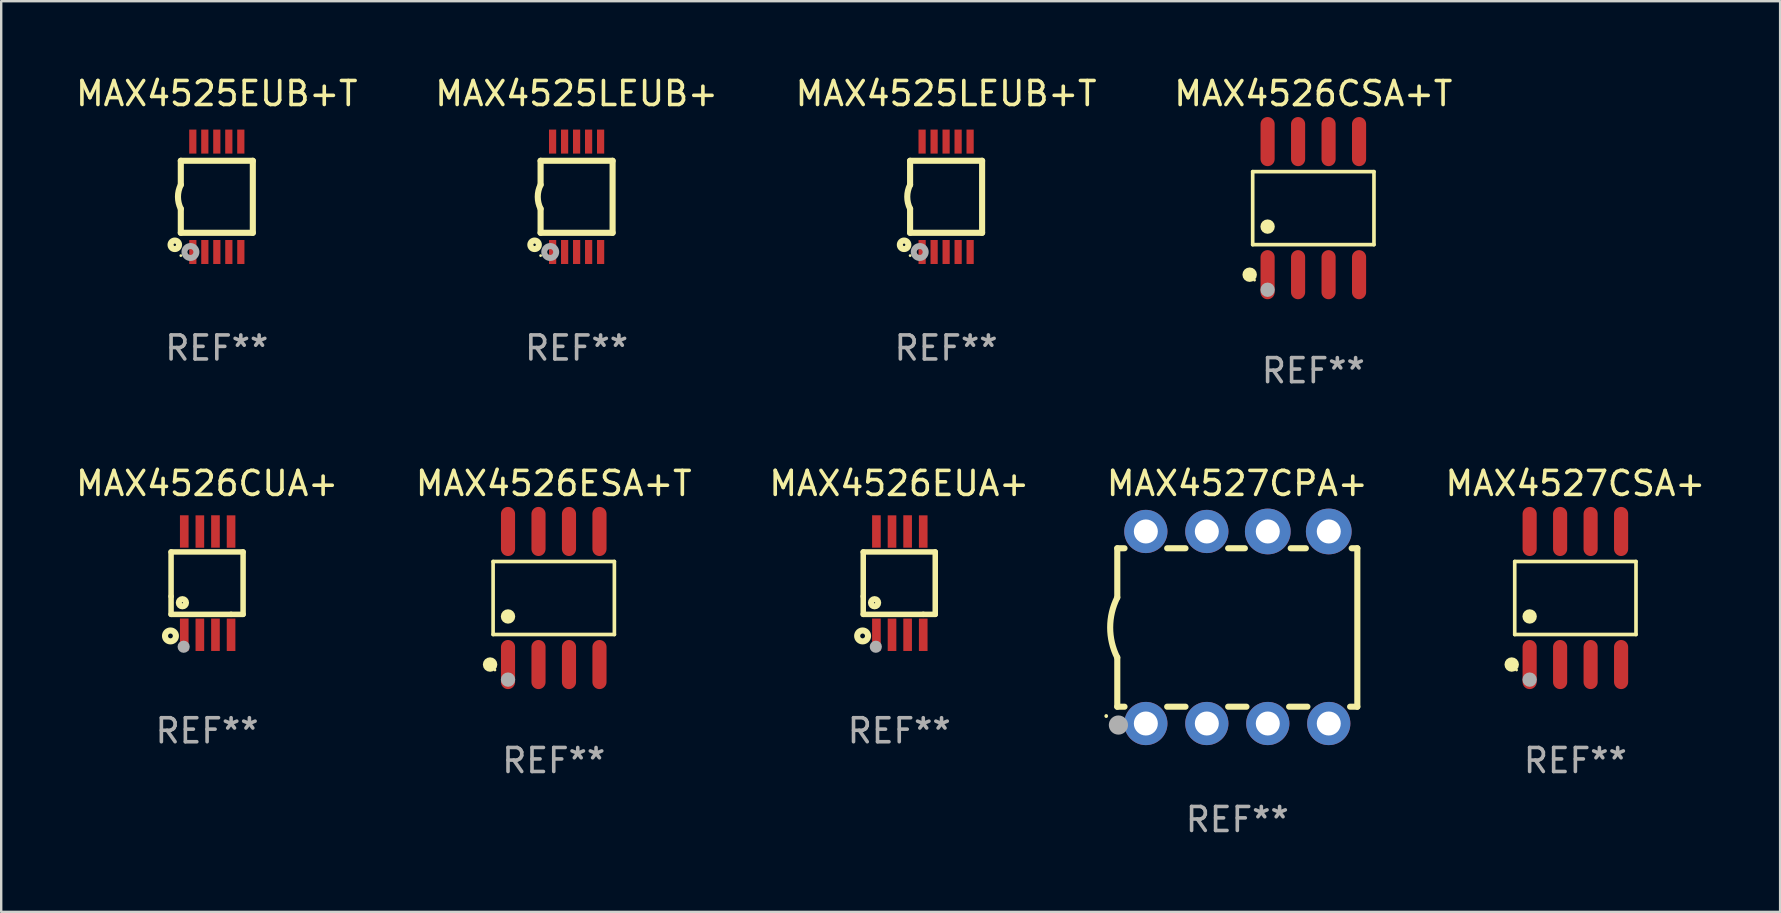
<source format=kicad_pcb>
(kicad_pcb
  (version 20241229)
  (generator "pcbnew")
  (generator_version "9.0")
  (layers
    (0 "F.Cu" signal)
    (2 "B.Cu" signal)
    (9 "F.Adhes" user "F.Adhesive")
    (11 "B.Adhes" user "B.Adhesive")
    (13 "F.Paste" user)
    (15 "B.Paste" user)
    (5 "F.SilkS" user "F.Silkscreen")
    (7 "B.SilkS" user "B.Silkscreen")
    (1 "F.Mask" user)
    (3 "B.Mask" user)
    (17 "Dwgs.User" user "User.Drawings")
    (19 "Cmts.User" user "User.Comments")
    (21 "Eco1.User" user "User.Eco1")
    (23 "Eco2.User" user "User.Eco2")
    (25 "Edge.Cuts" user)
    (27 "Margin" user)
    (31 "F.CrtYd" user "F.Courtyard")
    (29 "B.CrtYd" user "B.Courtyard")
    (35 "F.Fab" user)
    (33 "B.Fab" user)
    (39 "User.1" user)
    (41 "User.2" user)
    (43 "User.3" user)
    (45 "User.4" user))
  (footprint "MAX4525LEUB+T"
    (layer "F.Cu")
    (at 36.363 5.148)
    (property "Reference" "MAX4525LEUB+T" (at 0 -4.3 0) (layer "F.SilkS") (effects (font (size 1 1) (thickness 0.15))))
    (attr through_hole)
    (fp_line (start -1.5 -1.5) (end -1.5 -0.5) (stroke (width 0.254) (type solid)) (layer "F.SilkS"))
    (fp_line (start -1.5 1.5) (end -1.5 0.5) (stroke (width 0.254) (type solid)) (layer "F.SilkS"))
    (fp_line (start -1.5 1.5) (end 1.5 1.5) (stroke (width 0.254) (type solid)) (layer "F.SilkS"))
    (fp_line (start 1.5 1.5) (end 1.5 -1.5) (stroke (width 0.254) (type solid)) (layer "F.SilkS"))
    (fp_line (start 1.5 -1.5) (end -1.5 -1.5) (stroke (width 0.254) (type solid)) (layer "F.SilkS"))
    (fp_arc (start -1.500165 0.5) (mid -1.618199 0) (end -1.500165 -0.5) (stroke (width 0.254001) (type solid)) (layer "F.SilkS"))
    (fp_circle (center -1.75 2) (end -1.573 2) (stroke (width 0.254) (type solid)) (fill no) (layer "F.SilkS"))
    (fp_circle (center -1.499 2.45) (end -1.469 2.45) (stroke (width 0.06) (type solid)) (fill no) (layer "F.SilkS"))
    (fp_circle (center -1.099 2.3) (end -0.975 2.3) (stroke (width 0.25) (type solid)) (fill no) (layer "F.Fab"))
    (fp_text user "REF**" (at 0 6.3 0) (layer "F.Fab") (effects (font (size 1 1) (thickness 0.15))))
    (pad "1" smd rect (at -0.999 2.3 180) (size 0.3 1) (layers "F.Cu" "F.Mask" "F.Paste"))
    (pad "2" smd rect (at -0.499 2.3 180) (size 0.3 1) (layers "F.Cu" "F.Mask" "F.Paste"))
    (pad "3" smd rect (at 0.001 2.3 180) (size 0.3 1) (layers "F.Cu" "F.Mask" "F.Paste"))
    (pad "4" smd rect (at 0.501 2.3 180) (size 0.3 1) (layers "F.Cu" "F.Mask" "F.Paste"))
    (pad "5" smd rect (at 1.001 2.3 180) (size 0.3 1) (layers "F.Cu" "F.Mask" "F.Paste"))
    (pad "6" smd rect (at 1 -2.3 180) (size 0.3 1) (layers "F.Cu" "F.Mask" "F.Paste"))
    (pad "7" smd rect (at 0.5 -2.3 180) (size 0.3 1) (layers "F.Cu" "F.Mask" "F.Paste"))
    (pad "8" smd rect (at -0.000165 -2.3 180) (size 0.3 1) (layers "F.Cu" "F.Mask" "F.Paste"))
    (pad "9" smd rect (at -0.5 -2.3 180) (size 0.3 1) (layers "F.Cu" "F.Mask" "F.Paste"))
    (pad "10" smd rect (at -1 -2.3 180) (size 0.3 1) (layers "F.Cu" "F.Mask" "F.Paste")))
  (footprint "MAX4526CUA+"
    (layer "F.Cu")
    (at 5.577 21.242)
    (property "Reference" "MAX4526CUA+" (at 0 -4.152 0) (layer "F.SilkS") (effects (font (size 1 1) (thickness 0.15))))
    (attr through_hole)
    (fp_line (start -1.5 1.301) (end 1 1.301) (stroke (width 0.229) (type solid)) (layer "F.SilkS"))
    (fp_line (start -1.5 -1.299) (end -1.5 0.551) (stroke (width 0.229) (type solid)) (layer "F.SilkS"))
    (fp_line (start -1.5 0.551) (end -1.5 1.301) (stroke (width 0.229) (type solid)) (layer "F.SilkS"))
    (fp_line (start 1 1.301) (end 1.5 1.301) (stroke (width 0.229) (type solid)) (layer "F.SilkS"))
    (fp_line (start 1.5 1.301) (end 1.5 -1.299) (stroke (width 0.229) (type solid)) (layer "F.SilkS"))
    (fp_line (start 1.5 -1.299) (end -1.5 -1.299) (stroke (width 0.229) (type solid)) (layer "F.SilkS"))
    (fp_circle (center -1.526 2.2) (end -1.426 2.2) (stroke (width 0.254) (type solid)) (fill no) (layer "F.SilkS"))
    (fp_circle (center -1.476 2.45) (end -1.446 2.45) (stroke (width 0.06) (type solid)) (fill no) (layer "F.SilkS"))
    (fp_circle (center -1.028 0.817) (end -0.878 0.817) (stroke (width 0.254) (type solid)) (fill no) (layer "F.SilkS"))
    (fp_circle (center -0.976 2.65) (end -0.849 2.65) (stroke (width 0.254) (type solid)) (fill no) (layer "F.Fab"))
    (fp_text user "REF**" (at 0 6.152 0) (layer "F.Fab") (effects (font (size 1 1) (thickness 0.15))))
    (pad "1" smd rect (at -0.951 2.15) (size 0.36 1.35) (layers "F.Cu" "F.Mask" "F.Paste"))
    (pad "2" smd rect (at -0.301 2.152) (size 0.36 1.35) (layers "F.Cu" "F.Mask" "F.Paste"))
    (pad "3" smd rect (at 0.349 2.151) (size 0.36 1.35) (layers "F.Cu" "F.Mask" "F.Paste"))
    (pad "4" smd rect (at 0.999 2.152) (size 0.36 1.35) (layers "F.Cu" "F.Mask" "F.Paste"))
    (pad "5" smd rect (at 0.999 -2.149) (size 0.36 1.35) (layers "F.Cu" "F.Mask" "F.Paste"))
    (pad "6" smd rect (at 0.349 -2.152) (size 0.36 1.35) (layers "F.Cu" "F.Mask" "F.Paste"))
    (pad "7" smd rect (at -0.301 -2.149) (size 0.36 1.35) (layers "F.Cu" "F.Mask" "F.Paste"))
    (pad "8" smd rect (at -0.951 -2.152) (size 0.36 1.35) (layers "F.Cu" "F.Mask" "F.Paste")))
  (footprint "MAX4527CPA+"
    (layer "F.Cu")
    (at 48.494 23.09)
    (property "Reference" "MAX4527CPA+" (at 0 -6 0) (layer "F.SilkS") (effects (font (size 1 1) (thickness 0.15))))
    (attr through_hole)
    (fp_line (start -5 -3.3) (end -5 -1.25) (stroke (width 0.254) (type solid)) (layer "F.SilkS"))
    (fp_line (start -5 -3.3) (end -4.698 -3.3) (stroke (width 0.254) (type solid)) (layer "F.SilkS"))
    (fp_line (start -5 3.3) (end -5 1.25) (stroke (width 0.254) (type solid)) (layer "F.SilkS"))
    (fp_line (start -5 3.3) (end -4.698 3.3) (stroke (width 0.254) (type solid)) (layer "F.SilkS"))
    (fp_line (start -2.922 -3.3) (end -2.158 -3.3) (stroke (width 0.254) (type solid)) (layer "F.SilkS"))
    (fp_line (start -2.922 3.3) (end -2.158 3.3) (stroke (width 0.254) (type solid)) (layer "F.SilkS"))
    (fp_line (start -0.382 -3.3) (end 0.316 -3.3) (stroke (width 0.254) (type solid)) (layer "F.SilkS"))
    (fp_line (start -0.382 3.3) (end 0.382 3.3) (stroke (width 0.254) (type solid)) (layer "F.SilkS"))
    (fp_line (start 2.158 3.3) (end 2.922 3.3) (stroke (width 0.254) (type solid)) (layer "F.SilkS"))
    (fp_line (start 2.224 -3.3) (end 2.856 -3.3) (stroke (width 0.254) (type solid)) (layer "F.SilkS"))
    (fp_line (start 4.698 3.3) (end 5 3.3) (stroke (width 0.254) (type solid)) (layer "F.SilkS"))
    (fp_line (start 4.764 -3.3) (end 5 -3.3) (stroke (width 0.254) (type solid)) (layer "F.SilkS"))
    (fp_line (start 5 -3.3) (end 5 3.3) (stroke (width 0.254) (type solid)) (layer "F.SilkS"))
    (fp_arc (start -5.46124 3.694259) (mid -5.461175 3.688632) (end -5.460986 3.683007) (stroke (width 0.149987) (type solid)) (layer "F.SilkS"))
    (fp_arc (start -5.00127 1.249682) (mid -5.295892 -0.000313) (end -5.000025 -1.250013) (stroke (width 0.254001) (type solid)) (layer "F.SilkS"))
    (fp_circle (center -4.795 4.237) (end -4.765 4.237) (stroke (width 0.06) (type solid)) (fill no) (layer "F.SilkS"))
    (fp_circle (center -4.953 4.064) (end -4.753 4.064) (stroke (width 0.4) (type solid)) (fill no) (layer "F.Fab"))
    (fp_text user "REF**" (at 0 8 0) (layer "F.Fab") (effects (font (size 1 1) (thickness 0.15))))
    (pad "1" thru_hole circle (at -3.81 4) (size 1.8 1.8) (drill 1) (layers "*.Cu" "*.Mask"))
    (pad "2" thru_hole circle (at -1.27 4) (size 1.8 1.8) (drill 1) (layers "*.Cu" "*.Mask"))
    (pad "3" thru_hole circle (at 1.27 4) (size 1.8 1.8) (drill 1) (layers "*.Cu" "*.Mask"))
    (pad "4" thru_hole circle (at 3.81 4) (size 1.8 1.8) (drill 1) (layers "*.Cu" "*.Mask"))
    (pad "5" thru_hole circle (at 3.81 -4) (size 1.905 1.905) (drill 1) (layers "*.Cu" "*.Mask"))
    (pad "6" thru_hole circle (at 1.27 -4) (size 1.905 1.905) (drill 1) (layers "*.Cu" "*.Mask"))
    (pad "7" thru_hole circle (at -1.27 -4) (size 1.8 1.8) (drill 1) (layers "*.Cu" "*.Mask"))
    (pad "8" thru_hole circle (at -3.81 -4) (size 1.8 1.8) (drill 1) (layers "*.Cu" "*.Mask")))
  (footprint "MAX4526ESA+T"
    (layer "F.Cu")
    (at 20.018 21.862)
    (property "Reference" "MAX4526ESA+T" (at 0 -4.772 0) (layer "F.SilkS") (effects (font (size 1 1) (thickness 0.15))))
    (attr through_hole)
    (fp_line (start -2.526 -1.521) (end 2.526 -1.521) (stroke (width 0.152) (type solid)) (layer "F.SilkS"))
    (fp_line (start -2.526 1.521) (end -2.526 -1.521) (stroke (width 0.152) (type solid)) (layer "F.SilkS"))
    (fp_line (start 2.526 -1.521) (end 2.526 1.521) (stroke (width 0.152) (type solid)) (layer "F.SilkS"))
    (fp_line (start 2.526 1.521) (end -2.526 1.521) (stroke (width 0.152) (type solid)) (layer "F.SilkS"))
    (fp_circle (center -2.652 2.772) (end -2.501 2.772) (stroke (width 0.3) (type solid)) (fill no) (layer "F.SilkS"))
    (fp_circle (center -2.45 3) (end -2.42 3) (stroke (width 0.06) (type solid)) (fill no) (layer "F.SilkS"))
    (fp_circle (center -1.905 0.769) (end -1.755 0.769) (stroke (width 0.3) (type solid)) (fill no) (layer "F.SilkS"))
    (fp_circle (center -1.905 3.4) (end -1.755 3.4) (stroke (width 0.3) (type solid)) (fill no) (layer "F.Fab"))
    (fp_text user "REF**" (at 0 6.772 0) (layer "F.Fab") (effects (font (size 1 1) (thickness 0.15))))
    (pad "1" smd oval (at -1.905 2.772) (size 0.588 2.045) (layers "F.Cu" "F.Mask" "F.Paste"))
    (pad "2" smd oval (at -0.635 2.772) (size 0.588 2.045) (layers "F.Cu" "F.Mask" "F.Paste"))
    (pad "3" smd oval (at 0.635 2.772) (size 0.588 2.045) (layers "F.Cu" "F.Mask" "F.Paste"))
    (pad "4" smd oval (at 1.905 2.772) (size 0.588 2.045) (layers "F.Cu" "F.Mask" "F.Paste"))
    (pad "5" smd oval (at 1.905 -2.772) (size 0.588 2.045) (layers "F.Cu" "F.Mask" "F.Paste"))
    (pad "6" smd oval (at 0.635 -2.772) (size 0.588 2.045) (layers "F.Cu" "F.Mask" "F.Paste"))
    (pad "7" smd oval (at -0.635 -2.772) (size 0.588 2.045) (layers "F.Cu" "F.Mask" "F.Paste"))
    (pad "8" smd oval (at -1.905 -2.772) (size 0.588 2.045) (layers "F.Cu" "F.Mask" "F.Paste")))
  (footprint "MAX4525EUB+T"
    (layer "F.Cu")
    (at 5.982 5.148)
    (property "Reference" "MAX4525EUB+T" (at 0 -4.3 0) (layer "F.SilkS") (effects (font (size 1 1) (thickness 0.15))))
    (attr through_hole)
    (fp_line (start -1.5 -1.5) (end -1.5 -0.5) (stroke (width 0.254) (type solid)) (layer "F.SilkS"))
    (fp_line (start -1.5 1.5) (end -1.5 0.5) (stroke (width 0.254) (type solid)) (layer "F.SilkS"))
    (fp_line (start -1.5 1.5) (end 1.5 1.5) (stroke (width 0.254) (type solid)) (layer "F.SilkS"))
    (fp_line (start 1.5 1.5) (end 1.5 -1.5) (stroke (width 0.254) (type solid)) (layer "F.SilkS"))
    (fp_line (start 1.5 -1.5) (end -1.5 -1.5) (stroke (width 0.254) (type solid)) (layer "F.SilkS"))
    (fp_arc (start -1.500165 0.5) (mid -1.618199 0) (end -1.500165 -0.5) (stroke (width 0.254001) (type solid)) (layer "F.SilkS"))
    (fp_circle (center -1.75 2) (end -1.573 2) (stroke (width 0.254) (type solid)) (fill no) (layer "F.SilkS"))
    (fp_circle (center -1.499 2.45) (end -1.469 2.45) (stroke (width 0.06) (type solid)) (fill no) (layer "F.SilkS"))
    (fp_circle (center -1.099 2.3) (end -0.975 2.3) (stroke (width 0.25) (type solid)) (fill no) (layer "F.Fab"))
    (fp_text user "REF**" (at 0 6.3 0) (layer "F.Fab") (effects (font (size 1 1) (thickness 0.15))))
    (pad "1" smd rect (at -0.999 2.3 180) (size 0.3 1) (layers "F.Cu" "F.Mask" "F.Paste"))
    (pad "2" smd rect (at -0.499 2.3 180) (size 0.3 1) (layers "F.Cu" "F.Mask" "F.Paste"))
    (pad "3" smd rect (at 0.001 2.3 180) (size 0.3 1) (layers "F.Cu" "F.Mask" "F.Paste"))
    (pad "4" smd rect (at 0.501 2.3 180) (size 0.3 1) (layers "F.Cu" "F.Mask" "F.Paste"))
    (pad "5" smd rect (at 1.001 2.3 180) (size 0.3 1) (layers "F.Cu" "F.Mask" "F.Paste"))
    (pad "6" smd rect (at 1 -2.3 180) (size 0.3 1) (layers "F.Cu" "F.Mask" "F.Paste"))
    (pad "7" smd rect (at 0.5 -2.3 180) (size 0.3 1) (layers "F.Cu" "F.Mask" "F.Paste"))
    (pad "8" smd rect (at -0.000165 -2.3 180) (size 0.3 1) (layers "F.Cu" "F.Mask" "F.Paste"))
    (pad "9" smd rect (at -0.5 -2.3 180) (size 0.3 1) (layers "F.Cu" "F.Mask" "F.Paste"))
    (pad "10" smd rect (at -1 -2.3 180) (size 0.3 1) (layers "F.Cu" "F.Mask" "F.Paste")))
  (footprint "MAX4526CSA+T"
    (layer "F.Cu")
    (at 51.661 5.621)
    (property "Reference" "MAX4526CSA+T" (at 0 -4.772 0) (layer "F.SilkS") (effects (font (size 1 1) (thickness 0.15))))
    (attr through_hole)
    (fp_line (start -2.526 -1.521) (end 2.526 -1.521) (stroke (width 0.152) (type solid)) (layer "F.SilkS"))
    (fp_line (start -2.526 1.521) (end -2.526 -1.521) (stroke (width 0.152) (type solid)) (layer "F.SilkS"))
    (fp_line (start 2.526 -1.521) (end 2.526 1.521) (stroke (width 0.152) (type solid)) (layer "F.SilkS"))
    (fp_line (start 2.526 1.521) (end -2.526 1.521) (stroke (width 0.152) (type solid)) (layer "F.SilkS"))
    (fp_circle (center -2.652 2.772) (end -2.501 2.772) (stroke (width 0.3) (type solid)) (fill no) (layer "F.SilkS"))
    (fp_circle (center -2.45 3) (end -2.42 3) (stroke (width 0.06) (type solid)) (fill no) (layer "F.SilkS"))
    (fp_circle (center -1.905 0.769) (end -1.755 0.769) (stroke (width 0.3) (type solid)) (fill no) (layer "F.SilkS"))
    (fp_circle (center -1.905 3.4) (end -1.755 3.4) (stroke (width 0.3) (type solid)) (fill no) (layer "F.Fab"))
    (fp_text user "REF**" (at 0 6.772 0) (layer "F.Fab") (effects (font (size 1 1) (thickness 0.15))))
    (pad "1" smd oval (at -1.905 2.772) (size 0.588 2.045) (layers "F.Cu" "F.Mask" "F.Paste"))
    (pad "2" smd oval (at -0.635 2.772) (size 0.588 2.045) (layers "F.Cu" "F.Mask" "F.Paste"))
    (pad "3" smd oval (at 0.635 2.772) (size 0.588 2.045) (layers "F.Cu" "F.Mask" "F.Paste"))
    (pad "4" smd oval (at 1.905 2.772) (size 0.588 2.045) (layers "F.Cu" "F.Mask" "F.Paste"))
    (pad "5" smd oval (at 1.905 -2.772) (size 0.588 2.045) (layers "F.Cu" "F.Mask" "F.Paste"))
    (pad "6" smd oval (at 0.635 -2.772) (size 0.588 2.045) (layers "F.Cu" "F.Mask" "F.Paste"))
    (pad "7" smd oval (at -0.635 -2.772) (size 0.588 2.045) (layers "F.Cu" "F.Mask" "F.Paste"))
    (pad "8" smd oval (at -1.905 -2.772) (size 0.588 2.045) (layers "F.Cu" "F.Mask" "F.Paste")))
  (footprint "MAX4525LEUB+"
    (layer "F.Cu")
    (at 20.97 5.148)
    (property "Reference" "MAX4525LEUB+" (at 0 -4.3 0) (layer "F.SilkS") (effects (font (size 1 1) (thickness 0.15))))
    (attr through_hole)
    (fp_line (start -1.5 -1.5) (end -1.5 -0.5) (stroke (width 0.254) (type solid)) (layer "F.SilkS"))
    (fp_line (start -1.5 1.5) (end -1.5 0.5) (stroke (width 0.254) (type solid)) (layer "F.SilkS"))
    (fp_line (start -1.5 1.5) (end 1.5 1.5) (stroke (width 0.254) (type solid)) (layer "F.SilkS"))
    (fp_line (start 1.5 1.5) (end 1.5 -1.5) (stroke (width 0.254) (type solid)) (layer "F.SilkS"))
    (fp_line (start 1.5 -1.5) (end -1.5 -1.5) (stroke (width 0.254) (type solid)) (layer "F.SilkS"))
    (fp_arc (start -1.500165 0.5) (mid -1.618199 0) (end -1.500165 -0.5) (stroke (width 0.254001) (type solid)) (layer "F.SilkS"))
    (fp_circle (center -1.75 2) (end -1.573 2) (stroke (width 0.254) (type solid)) (fill no) (layer "F.SilkS"))
    (fp_circle (center -1.499 2.45) (end -1.469 2.45) (stroke (width 0.06) (type solid)) (fill no) (layer "F.SilkS"))
    (fp_circle (center -1.099 2.3) (end -0.975 2.3) (stroke (width 0.25) (type solid)) (fill no) (layer "F.Fab"))
    (fp_text user "REF**" (at 0 6.3 0) (layer "F.Fab") (effects (font (size 1 1) (thickness 0.15))))
    (pad "1" smd rect (at -0.999 2.3 180) (size 0.3 1) (layers "F.Cu" "F.Mask" "F.Paste"))
    (pad "2" smd rect (at -0.499 2.3 180) (size 0.3 1) (layers "F.Cu" "F.Mask" "F.Paste"))
    (pad "3" smd rect (at 0.001 2.3 180) (size 0.3 1) (layers "F.Cu" "F.Mask" "F.Paste"))
    (pad "4" smd rect (at 0.501 2.3 180) (size 0.3 1) (layers "F.Cu" "F.Mask" "F.Paste"))
    (pad "5" smd rect (at 1.001 2.3 180) (size 0.3 1) (layers "F.Cu" "F.Mask" "F.Paste"))
    (pad "6" smd rect (at 1 -2.3 180) (size 0.3 1) (layers "F.Cu" "F.Mask" "F.Paste"))
    (pad "7" smd rect (at 0.5 -2.3 180) (size 0.3 1) (layers "F.Cu" "F.Mask" "F.Paste"))
    (pad "8" smd rect (at -0.000165 -2.3 180) (size 0.3 1) (layers "F.Cu" "F.Mask" "F.Paste"))
    (pad "9" smd rect (at -0.5 -2.3 180) (size 0.3 1) (layers "F.Cu" "F.Mask" "F.Paste"))
    (pad "10" smd rect (at -1 -2.3 180) (size 0.3 1) (layers "F.Cu" "F.Mask" "F.Paste")))
  (footprint "MAX4527CSA+"
    (layer "F.Cu")
    (at 62.577 21.862)
    (property "Reference" "MAX4527CSA+" (at 0 -4.772 0) (layer "F.SilkS") (effects (font (size 1 1) (thickness 0.15))))
    (attr through_hole)
    (fp_line (start -2.526 -1.521) (end 2.526 -1.521) (stroke (width 0.152) (type solid)) (layer "F.SilkS"))
    (fp_line (start -2.526 1.521) (end -2.526 -1.521) (stroke (width 0.152) (type solid)) (layer "F.SilkS"))
    (fp_line (start 2.526 -1.521) (end 2.526 1.521) (stroke (width 0.152) (type solid)) (layer "F.SilkS"))
    (fp_line (start 2.526 1.521) (end -2.526 1.521) (stroke (width 0.152) (type solid)) (layer "F.SilkS"))
    (fp_circle (center -2.652 2.772) (end -2.501 2.772) (stroke (width 0.3) (type solid)) (fill no) (layer "F.SilkS"))
    (fp_circle (center -2.45 3) (end -2.42 3) (stroke (width 0.06) (type solid)) (fill no) (layer "F.SilkS"))
    (fp_circle (center -1.905 0.769) (end -1.755 0.769) (stroke (width 0.3) (type solid)) (fill no) (layer "F.SilkS"))
    (fp_circle (center -1.905 3.4) (end -1.755 3.4) (stroke (width 0.3) (type solid)) (fill no) (layer "F.Fab"))
    (fp_text user "REF**" (at 0 6.772 0) (layer "F.Fab") (effects (font (size 1 1) (thickness 0.15))))
    (pad "1" smd oval (at -1.905 2.772) (size 0.588 2.045) (layers "F.Cu" "F.Mask" "F.Paste"))
    (pad "2" smd oval (at -0.635 2.772) (size 0.588 2.045) (layers "F.Cu" "F.Mask" "F.Paste"))
    (pad "3" smd oval (at 0.635 2.772) (size 0.588 2.045) (layers "F.Cu" "F.Mask" "F.Paste"))
    (pad "4" smd oval (at 1.905 2.772) (size 0.588 2.045) (layers "F.Cu" "F.Mask" "F.Paste"))
    (pad "5" smd oval (at 1.905 -2.772) (size 0.588 2.045) (layers "F.Cu" "F.Mask" "F.Paste"))
    (pad "6" smd oval (at 0.635 -2.772) (size 0.588 2.045) (layers "F.Cu" "F.Mask" "F.Paste"))
    (pad "7" smd oval (at -0.635 -2.772) (size 0.588 2.045) (layers "F.Cu" "F.Mask" "F.Paste"))
    (pad "8" smd oval (at -1.905 -2.772) (size 0.588 2.045) (layers "F.Cu" "F.Mask" "F.Paste")))
  (footprint "MAX4526EUA+"
    (layer "F.Cu")
    (at 34.411 21.242)
    (property "Reference" "MAX4526EUA+" (at 0 -4.152 0) (layer "F.SilkS") (effects (font (size 1 1) (thickness 0.15))))
    (attr through_hole)
    (fp_line (start -1.5 1.301) (end 1 1.301) (stroke (width 0.229) (type solid)) (layer "F.SilkS"))
    (fp_line (start -1.5 -1.299) (end -1.5 0.551) (stroke (width 0.229) (type solid)) (layer "F.SilkS"))
    (fp_line (start -1.5 0.551) (end -1.5 1.301) (stroke (width 0.229) (type solid)) (layer "F.SilkS"))
    (fp_line (start 1 1.301) (end 1.5 1.301) (stroke (width 0.229) (type solid)) (layer "F.SilkS"))
    (fp_line (start 1.5 1.301) (end 1.5 -1.299) (stroke (width 0.229) (type solid)) (layer "F.SilkS"))
    (fp_line (start 1.5 -1.299) (end -1.5 -1.299) (stroke (width 0.229) (type solid)) (layer "F.SilkS"))
    (fp_circle (center -1.526 2.2) (end -1.426 2.2) (stroke (width 0.254) (type solid)) (fill no) (layer "F.SilkS"))
    (fp_circle (center -1.476 2.45) (end -1.446 2.45) (stroke (width 0.06) (type solid)) (fill no) (layer "F.SilkS"))
    (fp_circle (center -1.028 0.817) (end -0.878 0.817) (stroke (width 0.254) (type solid)) (fill no) (layer "F.SilkS"))
    (fp_circle (center -0.976 2.65) (end -0.849 2.65) (stroke (width 0.254) (type solid)) (fill no) (layer "F.Fab"))
    (fp_text user "REF**" (at 0 6.152 0) (layer "F.Fab") (effects (font (size 1 1) (thickness 0.15))))
    (pad "1" smd rect (at -0.951 2.15) (size 0.36 1.35) (layers "F.Cu" "F.Mask" "F.Paste"))
    (pad "2" smd rect (at -0.301 2.152) (size 0.36 1.35) (layers "F.Cu" "F.Mask" "F.Paste"))
    (pad "3" smd rect (at 0.349 2.151) (size 0.36 1.35) (layers "F.Cu" "F.Mask" "F.Paste"))
    (pad "4" smd rect (at 0.999 2.152) (size 0.36 1.35) (layers "F.Cu" "F.Mask" "F.Paste"))
    (pad "5" smd rect (at 0.999 -2.149) (size 0.36 1.35) (layers "F.Cu" "F.Mask" "F.Paste"))
    (pad "6" smd rect (at 0.349 -2.152) (size 0.36 1.35) (layers "F.Cu" "F.Mask" "F.Paste"))
    (pad "7" smd rect (at -0.301 -2.149) (size 0.36 1.35) (layers "F.Cu" "F.Mask" "F.Paste"))
    (pad "8" smd rect (at -0.951 -2.152) (size 0.36 1.35) (layers "F.Cu" "F.Mask" "F.Paste")))
  (gr_rect
    (start -3 -3)
    (end 71.107 34.938)
    (stroke (width 0.1) (type default))
    (fill no)
    (layer "Edge.Cuts")))
</source>
